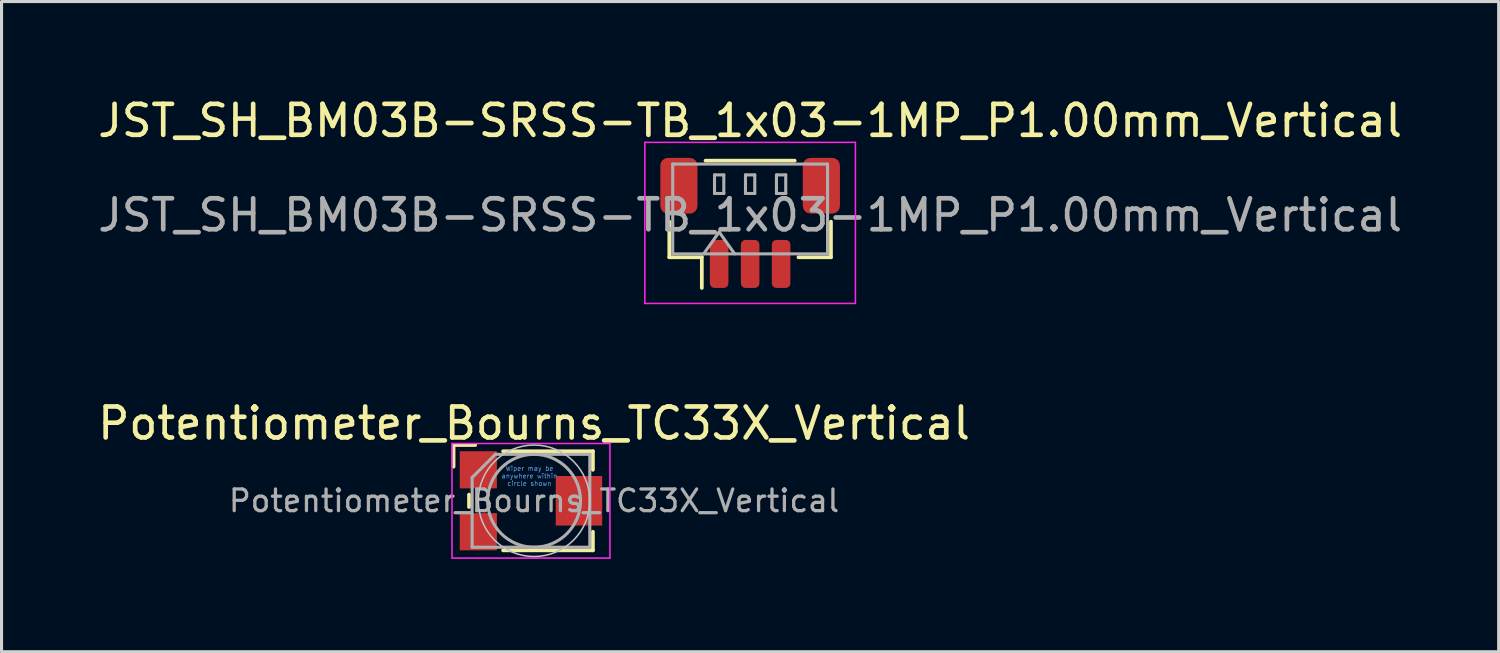
<source format=kicad_pcb>
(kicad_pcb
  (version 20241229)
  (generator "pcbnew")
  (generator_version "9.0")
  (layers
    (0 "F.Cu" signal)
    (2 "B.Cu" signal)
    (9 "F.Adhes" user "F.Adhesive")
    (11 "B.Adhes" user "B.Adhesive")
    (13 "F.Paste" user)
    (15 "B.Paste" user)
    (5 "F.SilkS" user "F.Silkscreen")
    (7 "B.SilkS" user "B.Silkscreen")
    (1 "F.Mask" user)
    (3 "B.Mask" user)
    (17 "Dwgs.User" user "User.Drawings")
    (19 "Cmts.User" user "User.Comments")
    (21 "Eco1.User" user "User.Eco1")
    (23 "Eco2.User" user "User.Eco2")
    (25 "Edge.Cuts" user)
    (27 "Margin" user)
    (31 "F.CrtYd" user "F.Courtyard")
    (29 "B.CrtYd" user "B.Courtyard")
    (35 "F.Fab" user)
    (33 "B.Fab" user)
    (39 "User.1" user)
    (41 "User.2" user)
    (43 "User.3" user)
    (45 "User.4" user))
  (footprint "JST_SH_BM03B-SRSS-TB_1x03-1MP_P1.00mm_Vertical"
    (layer "F.Cu")
    (at 21.173 4.148)
    (property "Reference" "JST_SH_BM03B-SRSS-TB_1x03-1MP_P1.00mm_Vertical" (at 0 -3.3 0) (layer "F.SilkS") (effects (font (size 1 1) (thickness 0.15))))
    (attr smd)
    (fp_line (start -2.61 -0.04) (end -2.61 1.11) (stroke (width 0.12) (type solid)) (layer "F.SilkS"))
    (fp_line (start -2.61 1.11) (end -1.56 1.11) (stroke (width 0.12) (type solid)) (layer "F.SilkS"))
    (fp_line (start -1.56 1.11) (end -1.56 2.1) (stroke (width 0.12) (type solid)) (layer "F.SilkS"))
    (fp_line (start -1.44 -2.01) (end 1.44 -2.01) (stroke (width 0.12) (type solid)) (layer "F.SilkS"))
    (fp_line (start 2.61 -0.04) (end 2.61 1.11) (stroke (width 0.12) (type solid)) (layer "F.SilkS"))
    (fp_line (start 2.61 1.11) (end 1.56 1.11) (stroke (width 0.12) (type solid)) (layer "F.SilkS"))
    (fp_line (start -3.4 -2.6) (end -3.4 2.6) (stroke (width 0.05) (type solid)) (layer "F.CrtYd"))
    (fp_line (start -3.4 2.6) (end 3.4 2.6) (stroke (width 0.05) (type solid)) (layer "F.CrtYd"))
    (fp_line (start 3.4 -2.6) (end -3.4 -2.6) (stroke (width 0.05) (type solid)) (layer "F.CrtYd"))
    (fp_line (start 3.4 2.6) (end 3.4 -2.6) (stroke (width 0.05) (type solid)) (layer "F.CrtYd"))
    (fp_line (start -2.5 -1.9) (end 2.5 -1.9) (stroke (width 0.1) (type solid)) (layer "F.Fab"))
    (fp_line (start -2.5 1) (end -2.5 -1.9) (stroke (width 0.1) (type solid)) (layer "F.Fab"))
    (fp_line (start -2.5 1) (end 2.5 1) (stroke (width 0.1) (type solid)) (layer "F.Fab"))
    (fp_line (start -1.5 1) (end -1 0.293) (stroke (width 0.1) (type solid)) (layer "F.Fab"))
    (fp_line (start -1.15 -1.55) (end -1.15 -0.95) (stroke (width 0.1) (type solid)) (layer "F.Fab"))
    (fp_line (start -1.15 -0.95) (end -0.85 -0.95) (stroke (width 0.1) (type solid)) (layer "F.Fab"))
    (fp_line (start -1 0.293) (end -0.5 1) (stroke (width 0.1) (type solid)) (layer "F.Fab"))
    (fp_line (start -0.85 -1.55) (end -1.15 -1.55) (stroke (width 0.1) (type solid)) (layer "F.Fab"))
    (fp_line (start -0.85 -0.95) (end -0.85 -1.55) (stroke (width 0.1) (type solid)) (layer "F.Fab"))
    (fp_line (start -0.15 -1.55) (end -0.15 -0.95) (stroke (width 0.1) (type solid)) (layer "F.Fab"))
    (fp_line (start -0.15 -0.95) (end 0.15 -0.95) (stroke (width 0.1) (type solid)) (layer "F.Fab"))
    (fp_line (start 0.15 -1.55) (end -0.15 -1.55) (stroke (width 0.1) (type solid)) (layer "F.Fab"))
    (fp_line (start 0.15 -0.95) (end 0.15 -1.55) (stroke (width 0.1) (type solid)) (layer "F.Fab"))
    (fp_line (start 0.85 -1.55) (end 0.85 -0.95) (stroke (width 0.1) (type solid)) (layer "F.Fab"))
    (fp_line (start 0.85 -0.95) (end 1.15 -0.95) (stroke (width 0.1) (type solid)) (layer "F.Fab"))
    (fp_line (start 1.15 -1.55) (end 0.85 -1.55) (stroke (width 0.1) (type solid)) (layer "F.Fab"))
    (fp_line (start 1.15 -0.95) (end 1.15 -1.55) (stroke (width 0.1) (type solid)) (layer "F.Fab"))
    (fp_line (start 2.5 1) (end 2.5 -1.9) (stroke (width 0.1) (type solid)) (layer "F.Fab"))
    (fp_text user "${REFERENCE}" (at 0 -0.25 0) (layer "F.Fab") (effects (font (size 1 1) (thickness 0.15))))
    (pad "1" smd roundrect (at -1 1.325) (size 0.6 1.55) (layers "F.Cu" "F.Mask" "F.Paste") (roundrect_rratio 0.25))
    (pad "2" smd roundrect (at 0 1.325) (size 0.6 1.55) (layers "F.Cu" "F.Mask" "F.Paste") (roundrect_rratio 0.25))
    (pad "3" smd roundrect (at 1 1.325) (size 0.6 1.55) (layers "F.Cu" "F.Mask" "F.Paste") (roundrect_rratio 0.25))
    (pad "MP" smd roundrect (at -2.3 -1.2) (size 1.2 1.8) (layers "F.Cu" "F.Mask" "F.Paste") (roundrect_rratio 0.208))
    (pad "MP" smd roundrect (at 2.3 -1.2) (size 1.2 1.8) (layers "F.Cu" "F.Mask" "F.Paste") (roundrect_rratio 0.208)))
  (footprint "Potentiometer_Bourns_TC33X_Vertical"
    (layer "F.Cu")
    (at 14.196 13.121)
    (property "Reference" "Potentiometer_Bourns_TC33X_Vertical" (at 0 -2.5 0) (layer "F.SilkS") (effects (font (size 1 1) (thickness 0.15))))
    (attr smd)
    (fp_line (start -2.6 -1.8) (end -2.6 -1.1) (stroke (width 0.12) (type solid)) (layer "F.SilkS"))
    (fp_line (start -2.1 -0.2) (end -2.1 0.2) (stroke (width 0.12) (type solid)) (layer "F.SilkS"))
    (fp_line (start -1.9 -1.8) (end -2.6 -1.8) (stroke (width 0.12) (type solid)) (layer "F.SilkS"))
    (fp_line (start -1 -1.6) (end 1.9 -1.6) (stroke (width 0.12) (type solid)) (layer "F.SilkS"))
    (fp_line (start -1 1.6) (end 1.9 1.6) (stroke (width 0.12) (type solid)) (layer "F.SilkS"))
    (fp_line (start 1.9 -1.6) (end 1.9 -1) (stroke (width 0.12) (type solid)) (layer "F.SilkS"))
    (fp_line (start 1.9 1.6) (end 1.9 1) (stroke (width 0.12) (type solid)) (layer "F.SilkS"))
    (fp_circle (center 0 0) (end 1.8 0) (stroke (width 0.05) (type solid)) (fill no) (layer "Dwgs.User"))
    (fp_line (start -2.65 -1.85) (end 2.45 -1.85) (stroke (width 0.05) (type solid)) (layer "F.CrtYd"))
    (fp_line (start -2.65 1.85) (end -2.65 -1.85) (stroke (width 0.05) (type solid)) (layer "F.CrtYd"))
    (fp_line (start 2.45 -1.85) (end 2.45 1.85) (stroke (width 0.05) (type solid)) (layer "F.CrtYd"))
    (fp_line (start 2.45 1.85) (end -2.65 1.85) (stroke (width 0.05) (type solid)) (layer "F.CrtYd"))
    (fp_line (start -2 -0.75) (end -2 1.5) (stroke (width 0.1) (type solid)) (layer "F.Fab"))
    (fp_line (start -2 1.5) (end 1.8 1.5) (stroke (width 0.1) (type solid)) (layer "F.Fab"))
    (fp_line (start -1.25 -1.5) (end -2 -0.75) (stroke (width 0.1) (type solid)) (layer "F.Fab"))
    (fp_line (start 1.8 -1.5) (end -1.25 -1.5) (stroke (width 0.1) (type solid)) (layer "F.Fab"))
    (fp_line (start 1.8 1.5) (end 1.8 -1.5) (stroke (width 0.1) (type solid)) (layer "F.Fab"))
    (fp_circle (center 0 0) (end 1.5 0) (stroke (width 0.1) (type solid)) (fill no) (layer "F.Fab"))
    (fp_text user "Wiper may be\nanywhere within\ncircle shown" (at -0.15 -0.8 0) (layer "Cmts.User") (effects (font (size 0.15 0.15) (thickness 0.02))))
    (fp_text user "${REFERENCE}" (at 0 0 0) (layer "F.Fab") (effects (font (size 0.7 0.7) (thickness 0.105))))
    (pad "1" smd rect (at -1.8 -1) (size 1.2 1.2) (layers "F.Cu" "F.Mask" "F.Paste"))
    (pad "2" smd rect (at 1.45 0) (size 1.5 1.6) (layers "F.Cu" "F.Mask" "F.Paste"))
    (pad "3" smd rect (at -1.8 1) (size 1.2 1.2) (layers "F.Cu" "F.Mask" "F.Paste")))
  (gr_rect
    (start -3 -3)
    (end 45.345 17.997)
    (stroke (width 0.1) (type default))
    (fill no)
    (layer "Edge.Cuts")))
</source>
